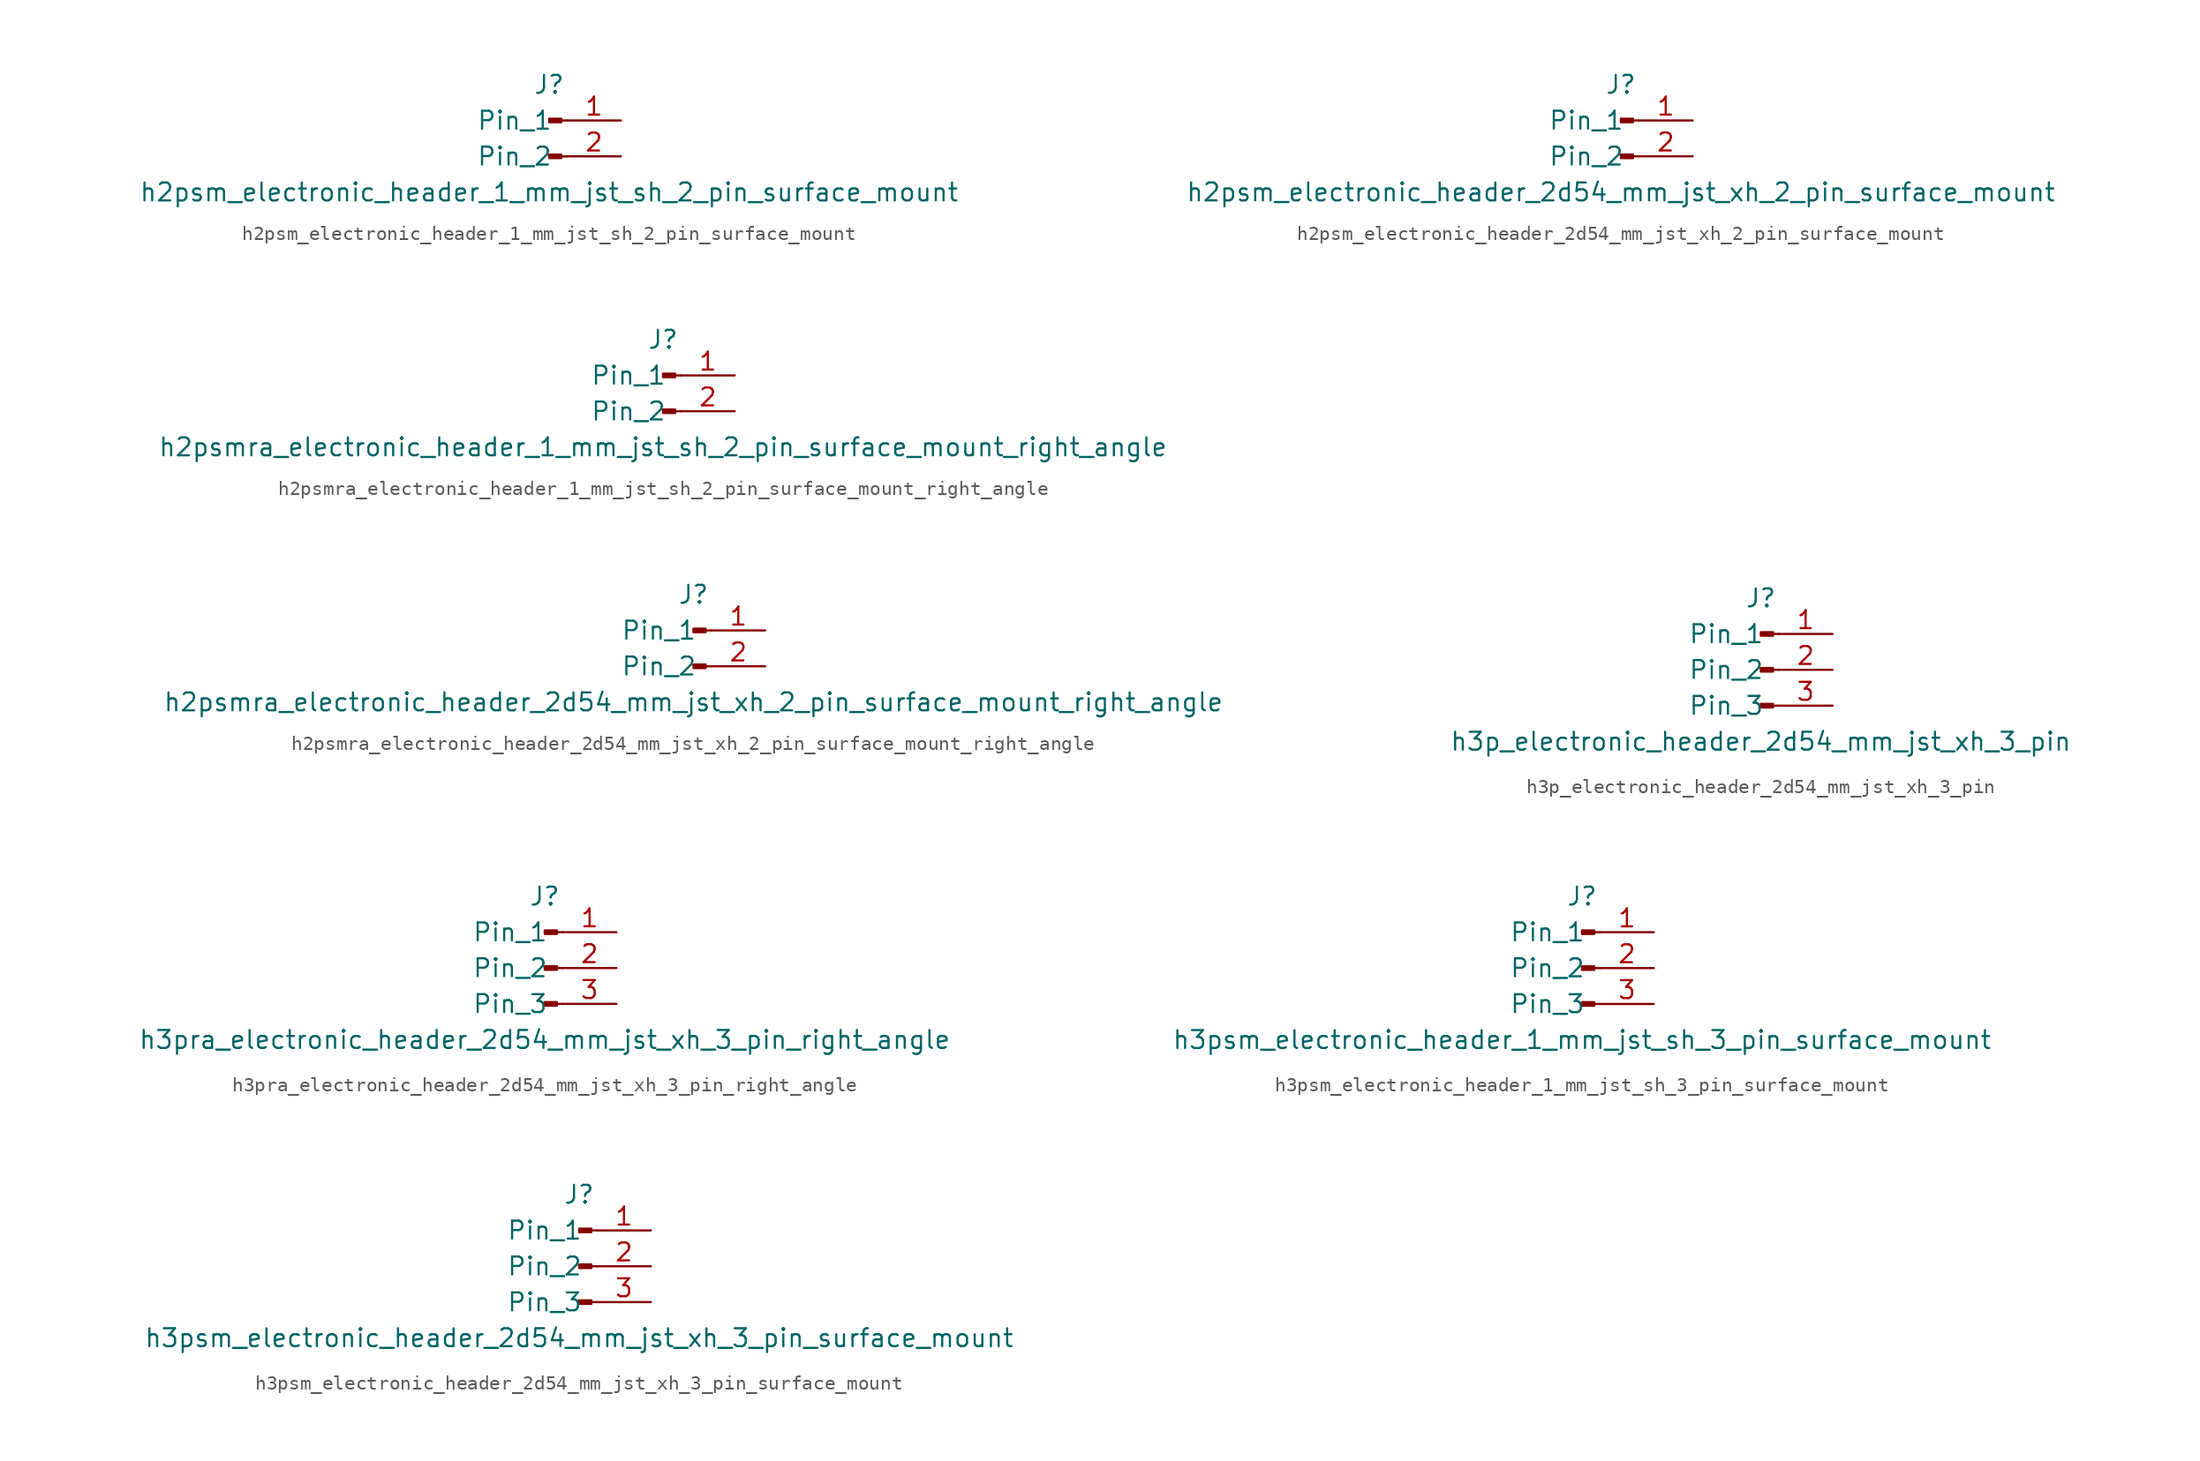
<source format=kicad_sym>
(kicad_symbol_lib
  (version 20220914)
  (generator kicad_symbol_editor)
  (symbol "h2psm_electronic_header_1_mm_jst_sh_2_pin_surface_mount"
    (pin_names
      (offset 1.016))
    (property "Reference" "J"
      (at 0 2.54 0)
      (effects (font (size 1.27 1.27))))
    (property "Value" "h2psm_electronic_header_1_mm_jst_sh_2_pin_surface_mount"
      (at 0 -5.08 0)
      (effects (font (size 1.27 1.27))))
    (property "ki_locked" ""
      (at 0 0 0)
      (effects (font (size 1.27 1.27))))
    (symbol "h2psm_electronic_header_1_mm_jst_sh_2_pin_surface_mount_1_1"
      (polyline (pts (xy 1.27 -2.54) (xy 0.864 -2.54)) (stroke (width 0.152) (type default)) (fill (type none)))
      (polyline (pts (xy 1.27 0) (xy 0.864 0)) (stroke (width 0.152) (type default)) (fill (type none)))
      (rectangle (start 0.864 -2.413) (end 0 -2.667) (stroke (width 0.152) (type default)) (fill (type outline)))
      (rectangle (start 0.864 0.127) (end 0 -0.127) (stroke (width 0.152) (type default)) (fill (type outline)))
      (pin passive line (at 5.08 0 180) (length 3.81) (name "Pin_1" (effects (font (size 1.27 1.27)))) (number "1" (effects (font (size 1.27 1.27)))))
      (pin passive line (at 5.08 -2.54 180) (length 3.81) (name "Pin_2" (effects (font (size 1.27 1.27)))) (number "2" (effects (font (size 1.27 1.27)))))))
  (symbol "h2psm_electronic_header_2d54_mm_jst_xh_2_pin_surface_mount"
    (pin_names
      (offset 1.016))
    (property "Reference" "J"
      (at 0 2.54 0)
      (effects (font (size 1.27 1.27))))
    (property "Value" "h2psm_electronic_header_2d54_mm_jst_xh_2_pin_surface_mount"
      (at 0 -5.08 0)
      (effects (font (size 1.27 1.27))))
    (property "ki_locked" ""
      (at 0 0 0)
      (effects (font (size 1.27 1.27))))
    (symbol "h2psm_electronic_header_2d54_mm_jst_xh_2_pin_surface_mount_1_1"
      (polyline (pts (xy 1.27 -2.54) (xy 0.864 -2.54)) (stroke (width 0.152) (type default)) (fill (type none)))
      (polyline (pts (xy 1.27 0) (xy 0.864 0)) (stroke (width 0.152) (type default)) (fill (type none)))
      (rectangle (start 0.864 -2.413) (end 0 -2.667) (stroke (width 0.152) (type default)) (fill (type outline)))
      (rectangle (start 0.864 0.127) (end 0 -0.127) (stroke (width 0.152) (type default)) (fill (type outline)))
      (pin passive line (at 5.08 0 180) (length 3.81) (name "Pin_1" (effects (font (size 1.27 1.27)))) (number "1" (effects (font (size 1.27 1.27)))))
      (pin passive line (at 5.08 -2.54 180) (length 3.81) (name "Pin_2" (effects (font (size 1.27 1.27)))) (number "2" (effects (font (size 1.27 1.27)))))))
  (symbol "h2psmra_electronic_header_1_mm_jst_sh_2_pin_surface_mount_right_angle"
    (pin_names
      (offset 1.016))
    (property "Reference" "J"
      (at 0 2.54 0)
      (effects (font (size 1.27 1.27))))
    (property "Value" "h2psmra_electronic_header_1_mm_jst_sh_2_pin_surface_mount_right_angle"
      (at 0 -5.08 0)
      (effects (font (size 1.27 1.27))))
    (property "ki_locked" ""
      (at 0 0 0)
      (effects (font (size 1.27 1.27))))
    (symbol "h2psmra_electronic_header_1_mm_jst_sh_2_pin_surface_mount_right_angle_1_1"
      (polyline (pts (xy 1.27 -2.54) (xy 0.864 -2.54)) (stroke (width 0.152) (type default)) (fill (type none)))
      (polyline (pts (xy 1.27 0) (xy 0.864 0)) (stroke (width 0.152) (type default)) (fill (type none)))
      (rectangle (start 0.864 -2.413) (end 0 -2.667) (stroke (width 0.152) (type default)) (fill (type outline)))
      (rectangle (start 0.864 0.127) (end 0 -0.127) (stroke (width 0.152) (type default)) (fill (type outline)))
      (pin passive line (at 5.08 0 180) (length 3.81) (name "Pin_1" (effects (font (size 1.27 1.27)))) (number "1" (effects (font (size 1.27 1.27)))))
      (pin passive line (at 5.08 -2.54 180) (length 3.81) (name "Pin_2" (effects (font (size 1.27 1.27)))) (number "2" (effects (font (size 1.27 1.27)))))))
  (symbol "h2psmra_electronic_header_2d54_mm_jst_xh_2_pin_surface_mount_right_angle"
    (pin_names
      (offset 1.016))
    (property "Reference" "J"
      (at 0 2.54 0)
      (effects (font (size 1.27 1.27))))
    (property "Value" "h2psmra_electronic_header_2d54_mm_jst_xh_2_pin_surface_mount_right_angle"
      (at 0 -5.08 0)
      (effects (font (size 1.27 1.27))))
    (property "ki_locked" ""
      (at 0 0 0)
      (effects (font (size 1.27 1.27))))
    (symbol "h2psmra_electronic_header_2d54_mm_jst_xh_2_pin_surface_mount_right_angle_1_1"
      (polyline (pts (xy 1.27 -2.54) (xy 0.864 -2.54)) (stroke (width 0.152) (type default)) (fill (type none)))
      (polyline (pts (xy 1.27 0) (xy 0.864 0)) (stroke (width 0.152) (type default)) (fill (type none)))
      (rectangle (start 0.864 -2.413) (end 0 -2.667) (stroke (width 0.152) (type default)) (fill (type outline)))
      (rectangle (start 0.864 0.127) (end 0 -0.127) (stroke (width 0.152) (type default)) (fill (type outline)))
      (pin passive line (at 5.08 0 180) (length 3.81) (name "Pin_1" (effects (font (size 1.27 1.27)))) (number "1" (effects (font (size 1.27 1.27)))))
      (pin passive line (at 5.08 -2.54 180) (length 3.81) (name "Pin_2" (effects (font (size 1.27 1.27)))) (number "2" (effects (font (size 1.27 1.27)))))))
  (symbol "h3p_electronic_header_2d54_mm_jst_xh_3_pin"
    (pin_names
      (offset 1.016))
    (property "Reference" "J"
      (at 0 5.08 0)
      (effects (font (size 1.27 1.27))))
    (property "Value" "h3p_electronic_header_2d54_mm_jst_xh_3_pin"
      (at 0 -5.08 0)
      (effects (font (size 1.27 1.27))))
    (property "ki_locked" ""
      (at 0 0 0)
      (effects (font (size 1.27 1.27))))
    (symbol "h3p_electronic_header_2d54_mm_jst_xh_3_pin_1_1"
      (polyline (pts (xy 1.27 -2.54) (xy 0.864 -2.54)) (stroke (width 0.152) (type default)) (fill (type none)))
      (polyline (pts (xy 1.27 0) (xy 0.864 0)) (stroke (width 0.152) (type default)) (fill (type none)))
      (polyline (pts (xy 1.27 2.54) (xy 0.864 2.54)) (stroke (width 0.152) (type default)) (fill (type none)))
      (rectangle (start 0.864 -2.413) (end 0 -2.667) (stroke (width 0.152) (type default)) (fill (type outline)))
      (rectangle (start 0.864 0.127) (end 0 -0.127) (stroke (width 0.152) (type default)) (fill (type outline)))
      (rectangle (start 0.864 2.667) (end 0 2.413) (stroke (width 0.152) (type default)) (fill (type outline)))
      (pin passive line (at 5.08 2.54 180) (length 3.81) (name "Pin_1" (effects (font (size 1.27 1.27)))) (number "1" (effects (font (size 1.27 1.27)))))
      (pin passive line (at 5.08 0 180) (length 3.81) (name "Pin_2" (effects (font (size 1.27 1.27)))) (number "2" (effects (font (size 1.27 1.27)))))
      (pin passive line (at 5.08 -2.54 180) (length 3.81) (name "Pin_3" (effects (font (size 1.27 1.27)))) (number "3" (effects (font (size 1.27 1.27)))))))
  (symbol "h3pra_electronic_header_2d54_mm_jst_xh_3_pin_right_angle"
    (pin_names
      (offset 1.016))
    (property "Reference" "J"
      (at 0 5.08 0)
      (effects (font (size 1.27 1.27))))
    (property "Value" "h3pra_electronic_header_2d54_mm_jst_xh_3_pin_right_angle"
      (at 0 -5.08 0)
      (effects (font (size 1.27 1.27))))
    (property "ki_locked" ""
      (at 0 0 0)
      (effects (font (size 1.27 1.27))))
    (symbol "h3pra_electronic_header_2d54_mm_jst_xh_3_pin_right_angle_1_1"
      (polyline (pts (xy 1.27 -2.54) (xy 0.864 -2.54)) (stroke (width 0.152) (type default)) (fill (type none)))
      (polyline (pts (xy 1.27 0) (xy 0.864 0)) (stroke (width 0.152) (type default)) (fill (type none)))
      (polyline (pts (xy 1.27 2.54) (xy 0.864 2.54)) (stroke (width 0.152) (type default)) (fill (type none)))
      (rectangle (start 0.864 -2.413) (end 0 -2.667) (stroke (width 0.152) (type default)) (fill (type outline)))
      (rectangle (start 0.864 0.127) (end 0 -0.127) (stroke (width 0.152) (type default)) (fill (type outline)))
      (rectangle (start 0.864 2.667) (end 0 2.413) (stroke (width 0.152) (type default)) (fill (type outline)))
      (pin passive line (at 5.08 2.54 180) (length 3.81) (name "Pin_1" (effects (font (size 1.27 1.27)))) (number "1" (effects (font (size 1.27 1.27)))))
      (pin passive line (at 5.08 0 180) (length 3.81) (name "Pin_2" (effects (font (size 1.27 1.27)))) (number "2" (effects (font (size 1.27 1.27)))))
      (pin passive line (at 5.08 -2.54 180) (length 3.81) (name "Pin_3" (effects (font (size 1.27 1.27)))) (number "3" (effects (font (size 1.27 1.27)))))))
  (symbol "h3psm_electronic_header_1_mm_jst_sh_3_pin_surface_mount"
    (pin_names
      (offset 1.016))
    (property "Reference" "J"
      (at 0 5.08 0)
      (effects (font (size 1.27 1.27))))
    (property "Value" "h3psm_electronic_header_1_mm_jst_sh_3_pin_surface_mount"
      (at 0 -5.08 0)
      (effects (font (size 1.27 1.27))))
    (property "ki_locked" ""
      (at 0 0 0)
      (effects (font (size 1.27 1.27))))
    (symbol "h3psm_electronic_header_1_mm_jst_sh_3_pin_surface_mount_1_1"
      (polyline (pts (xy 1.27 -2.54) (xy 0.864 -2.54)) (stroke (width 0.152) (type default)) (fill (type none)))
      (polyline (pts (xy 1.27 0) (xy 0.864 0)) (stroke (width 0.152) (type default)) (fill (type none)))
      (polyline (pts (xy 1.27 2.54) (xy 0.864 2.54)) (stroke (width 0.152) (type default)) (fill (type none)))
      (rectangle (start 0.864 -2.413) (end 0 -2.667) (stroke (width 0.152) (type default)) (fill (type outline)))
      (rectangle (start 0.864 0.127) (end 0 -0.127) (stroke (width 0.152) (type default)) (fill (type outline)))
      (rectangle (start 0.864 2.667) (end 0 2.413) (stroke (width 0.152) (type default)) (fill (type outline)))
      (pin passive line (at 5.08 2.54 180) (length 3.81) (name "Pin_1" (effects (font (size 1.27 1.27)))) (number "1" (effects (font (size 1.27 1.27)))))
      (pin passive line (at 5.08 0 180) (length 3.81) (name "Pin_2" (effects (font (size 1.27 1.27)))) (number "2" (effects (font (size 1.27 1.27)))))
      (pin passive line (at 5.08 -2.54 180) (length 3.81) (name "Pin_3" (effects (font (size 1.27 1.27)))) (number "3" (effects (font (size 1.27 1.27)))))))
  (symbol "h3psm_electronic_header_2d54_mm_jst_xh_3_pin_surface_mount"
    (pin_names
      (offset 1.016))
    (property "Reference" "J"
      (at 0 5.08 0)
      (effects (font (size 1.27 1.27))))
    (property "Value" "h3psm_electronic_header_2d54_mm_jst_xh_3_pin_surface_mount"
      (at 0 -5.08 0)
      (effects (font (size 1.27 1.27))))
    (property "ki_locked" ""
      (at 0 0 0)
      (effects (font (size 1.27 1.27))))
    (symbol "h3psm_electronic_header_2d54_mm_jst_xh_3_pin_surface_mount_1_1"
      (polyline (pts (xy 1.27 -2.54) (xy 0.864 -2.54)) (stroke (width 0.152) (type default)) (fill (type none)))
      (polyline (pts (xy 1.27 0) (xy 0.864 0)) (stroke (width 0.152) (type default)) (fill (type none)))
      (polyline (pts (xy 1.27 2.54) (xy 0.864 2.54)) (stroke (width 0.152) (type default)) (fill (type none)))
      (rectangle (start 0.864 -2.413) (end 0 -2.667) (stroke (width 0.152) (type default)) (fill (type outline)))
      (rectangle (start 0.864 0.127) (end 0 -0.127) (stroke (width 0.152) (type default)) (fill (type outline)))
      (rectangle (start 0.864 2.667) (end 0 2.413) (stroke (width 0.152) (type default)) (fill (type outline)))
      (pin passive line (at 5.08 2.54 180) (length 3.81) (name "Pin_1" (effects (font (size 1.27 1.27)))) (number "1" (effects (font (size 1.27 1.27)))))
      (pin passive line (at 5.08 0 180) (length 3.81) (name "Pin_2" (effects (font (size 1.27 1.27)))) (number "2" (effects (font (size 1.27 1.27)))))
      (pin passive line (at 5.08 -2.54 180) (length 3.81) (name "Pin_3" (effects (font (size 1.27 1.27)))) (number "3" (effects (font (size 1.27 1.27))))))))
</source>
